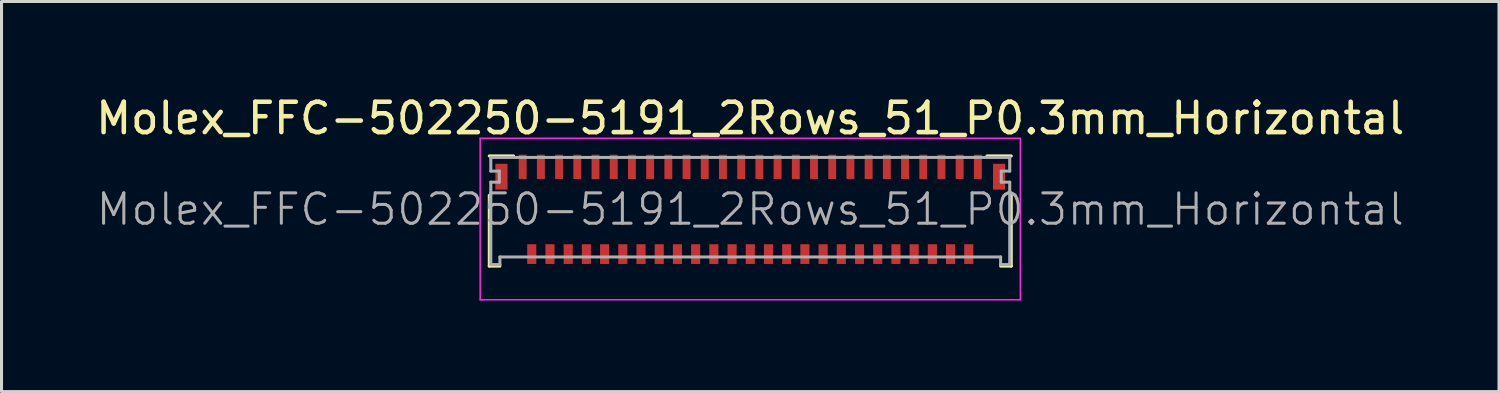
<source format=kicad_pcb>
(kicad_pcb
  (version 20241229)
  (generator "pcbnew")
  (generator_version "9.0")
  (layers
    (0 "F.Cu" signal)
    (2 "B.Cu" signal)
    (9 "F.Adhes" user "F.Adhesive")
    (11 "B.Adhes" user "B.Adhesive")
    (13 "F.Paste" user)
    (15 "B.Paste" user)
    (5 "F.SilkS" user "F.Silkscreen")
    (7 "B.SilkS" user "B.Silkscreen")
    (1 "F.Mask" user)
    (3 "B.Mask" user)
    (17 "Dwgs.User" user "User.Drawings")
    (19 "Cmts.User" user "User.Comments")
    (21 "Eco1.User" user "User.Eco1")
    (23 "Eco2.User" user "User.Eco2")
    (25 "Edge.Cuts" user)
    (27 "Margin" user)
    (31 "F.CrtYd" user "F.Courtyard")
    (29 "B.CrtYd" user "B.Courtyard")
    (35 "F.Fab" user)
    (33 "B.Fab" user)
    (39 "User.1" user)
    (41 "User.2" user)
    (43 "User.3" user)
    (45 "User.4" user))
  (footprint "Molex_FFC-502250-5191_2Rows_51_P0.3mm_Horizontal"
    (layer "F.Cu")
    (at 21.673 3.848)
    (property "Reference" "Molex_FFC-502250-5191_2Rows_51_P0.3mm_Horizontal" (at 0 -3 0) (layer "F.SilkS") (effects (font (size 1 1) (thickness 0.15))))
    (attr smd)
    (fp_line (start -8.6 -1.76) (end -7.8 -1.76) (stroke (width 0.1) (type solid)) (layer "F.SilkS"))
    (fp_line (start -8.6 -0.46) (end -8.6 1.87) (stroke (width 0.1) (type solid)) (layer "F.SilkS"))
    (fp_line (start -8.6 1.87) (end -8.25 1.87) (stroke (width 0.1) (type solid)) (layer "F.SilkS"))
    (fp_line (start 8.6 -1.76) (end 7.8 -1.76) (stroke (width 0.1) (type solid)) (layer "F.SilkS"))
    (fp_line (start 8.6 -0.46) (end 8.6 1.87) (stroke (width 0.1) (type solid)) (layer "F.SilkS"))
    (fp_line (start 8.6 1.87) (end 8.25 1.87) (stroke (width 0.1) (type solid)) (layer "F.SilkS"))
    (fp_line (start -8.9 -2.34) (end 8.9 -2.34) (stroke (width 0.05) (type solid)) (layer "F.CrtYd"))
    (fp_line (start -8.9 2.98) (end -8.9 -2.34) (stroke (width 0.05) (type solid)) (layer "F.CrtYd"))
    (fp_line (start 8.9 -2.34) (end 8.9 2.98) (stroke (width 0.05) (type solid)) (layer "F.CrtYd"))
    (fp_line (start 8.9 2.98) (end -8.9 2.98) (stroke (width 0.05) (type solid)) (layer "F.CrtYd"))
    (fp_line (start -8.55 -1.71) (end -8.55 -1.26) (stroke (width 0.1) (type solid)) (layer "F.Fab"))
    (fp_line (start -8.55 -1.26) (end -8.27 -1.26) (stroke (width 0.1) (type solid)) (layer "F.Fab"))
    (fp_line (start -8.55 -0.895) (end -8.55 1.82) (stroke (width 0.1) (type solid)) (layer "F.Fab"))
    (fp_line (start -8.55 1.82) (end -8.25 1.82) (stroke (width 0.1) (type solid)) (layer "F.Fab"))
    (fp_line (start -8.27 -1.26) (end -8.27 -0.895) (stroke (width 0.1) (type solid)) (layer "F.Fab"))
    (fp_line (start -8.27 -0.895) (end -8.55 -0.895) (stroke (width 0.1) (type solid)) (layer "F.Fab"))
    (fp_line (start -8.25 1.57) (end 8.25 1.57) (stroke (width 0.1) (type solid)) (layer "F.Fab"))
    (fp_line (start -8.25 1.82) (end -8.25 1.57) (stroke (width 0.1) (type solid)) (layer "F.Fab"))
    (fp_line (start 8.25 1.57) (end 8.25 1.82) (stroke (width 0.1) (type solid)) (layer "F.Fab"))
    (fp_line (start 8.25 1.82) (end 8.55 1.82) (stroke (width 0.1) (type solid)) (layer "F.Fab"))
    (fp_line (start 8.27 -1.26) (end 8.55 -1.26) (stroke (width 0.1) (type solid)) (layer "F.Fab"))
    (fp_line (start 8.27 -0.895) (end 8.27 -1.26) (stroke (width 0.1) (type solid)) (layer "F.Fab"))
    (fp_line (start 8.55 -1.71) (end -8.55 -1.71) (stroke (width 0.1) (type solid)) (layer "F.Fab"))
    (fp_line (start 8.55 -1.26) (end 8.55 -1.71) (stroke (width 0.1) (type solid)) (layer "F.Fab"))
    (fp_line (start 8.55 -0.895) (end 8.27 -0.895) (stroke (width 0.1) (type solid)) (layer "F.Fab"))
    (fp_line (start 8.55 1.82) (end 8.55 -0.895) (stroke (width 0.1) (type solid)) (layer "F.Fab"))
    (fp_text user "${REFERENCE}" (at 0 0 0) (layer "F.Fab") (effects (font (size 1 1) (thickness 0.1))))
    (pad "" smd rect (at -8.2 -1.075) (size 0.4 0.85) (layers "F.Cu" "F.Mask" "F.Paste"))
    (pad "" smd rect (at 8.2 -1.075) (size 0.4 0.85) (layers "F.Cu" "F.Mask" "F.Paste"))
    (pad "1" smd rect (at -7.5 -1.4) (size 0.26 0.8) (layers "F.Cu" "F.Mask" "F.Paste"))
    (pad "2" smd rect (at -7.2 1.475) (size 0.3 0.65) (layers "F.Cu" "F.Mask" "F.Paste"))
    (pad "3" smd rect (at -6.9 -1.4) (size 0.26 0.8) (layers "F.Cu" "F.Mask" "F.Paste"))
    (pad "4" smd rect (at -6.6 1.475) (size 0.3 0.65) (layers "F.Cu" "F.Mask" "F.Paste"))
    (pad "5" smd rect (at -6.3 -1.4) (size 0.26 0.8) (layers "F.Cu" "F.Mask" "F.Paste"))
    (pad "6" smd rect (at -6 1.475) (size 0.3 0.65) (layers "F.Cu" "F.Mask" "F.Paste"))
    (pad "7" smd rect (at -5.7 -1.4) (size 0.26 0.8) (layers "F.Cu" "F.Mask" "F.Paste"))
    (pad "8" smd rect (at -5.4 1.475) (size 0.3 0.65) (layers "F.Cu" "F.Mask" "F.Paste"))
    (pad "9" smd rect (at -5.1 -1.4) (size 0.26 0.8) (layers "F.Cu" "F.Mask" "F.Paste"))
    (pad "10" smd rect (at -4.8 1.475) (size 0.3 0.65) (layers "F.Cu" "F.Mask" "F.Paste"))
    (pad "11" smd rect (at -4.5 -1.4) (size 0.26 0.8) (layers "F.Cu" "F.Mask" "F.Paste"))
    (pad "12" smd rect (at -4.2 1.475) (size 0.3 0.65) (layers "F.Cu" "F.Mask" "F.Paste"))
    (pad "13" smd rect (at -3.9 -1.4) (size 0.26 0.8) (layers "F.Cu" "F.Mask" "F.Paste"))
    (pad "14" smd rect (at -3.6 1.475) (size 0.3 0.65) (layers "F.Cu" "F.Mask" "F.Paste"))
    (pad "15" smd rect (at -3.3 -1.4) (size 0.26 0.8) (layers "F.Cu" "F.Mask" "F.Paste"))
    (pad "16" smd rect (at -3 1.475) (size 0.3 0.65) (layers "F.Cu" "F.Mask" "F.Paste"))
    (pad "17" smd rect (at -2.7 -1.4) (size 0.26 0.8) (layers "F.Cu" "F.Mask" "F.Paste"))
    (pad "18" smd rect (at -2.4 1.475) (size 0.3 0.65) (layers "F.Cu" "F.Mask" "F.Paste"))
    (pad "19" smd rect (at -2.1 -1.4) (size 0.26 0.8) (layers "F.Cu" "F.Mask" "F.Paste"))
    (pad "20" smd rect (at -1.8 1.475) (size 0.3 0.65) (layers "F.Cu" "F.Mask" "F.Paste"))
    (pad "21" smd rect (at -1.5 -1.4) (size 0.26 0.8) (layers "F.Cu" "F.Mask" "F.Paste"))
    (pad "22" smd rect (at -1.2 1.475) (size 0.3 0.65) (layers "F.Cu" "F.Mask" "F.Paste"))
    (pad "23" smd rect (at -0.9 -1.4) (size 0.26 0.8) (layers "F.Cu" "F.Mask" "F.Paste"))
    (pad "24" smd rect (at -0.6 1.475) (size 0.3 0.65) (layers "F.Cu" "F.Mask" "F.Paste"))
    (pad "25" smd rect (at -0.3 -1.4) (size 0.26 0.8) (layers "F.Cu" "F.Mask" "F.Paste"))
    (pad "26" smd rect (at 0 1.475) (size 0.3 0.65) (layers "F.Cu" "F.Mask" "F.Paste"))
    (pad "27" smd rect (at 0.3 -1.4) (size 0.26 0.8) (layers "F.Cu" "F.Mask" "F.Paste"))
    (pad "28" smd rect (at 0.6 1.475) (size 0.3 0.65) (layers "F.Cu" "F.Mask" "F.Paste"))
    (pad "29" smd rect (at 0.9 -1.4) (size 0.26 0.8) (layers "F.Cu" "F.Mask" "F.Paste"))
    (pad "30" smd rect (at 1.2 1.475) (size 0.3 0.65) (layers "F.Cu" "F.Mask" "F.Paste"))
    (pad "31" smd rect (at 1.5 -1.4) (size 0.26 0.8) (layers "F.Cu" "F.Mask" "F.Paste"))
    (pad "32" smd rect (at 1.8 1.475) (size 0.3 0.65) (layers "F.Cu" "F.Mask" "F.Paste"))
    (pad "33" smd rect (at 2.1 -1.4) (size 0.26 0.8) (layers "F.Cu" "F.Mask" "F.Paste"))
    (pad "34" smd rect (at 2.4 1.475) (size 0.3 0.65) (layers "F.Cu" "F.Mask" "F.Paste"))
    (pad "35" smd rect (at 2.7 -1.4) (size 0.26 0.8) (layers "F.Cu" "F.Mask" "F.Paste"))
    (pad "36" smd rect (at 3 1.475) (size 0.3 0.65) (layers "F.Cu" "F.Mask" "F.Paste"))
    (pad "37" smd rect (at 3.3 -1.4) (size 0.26 0.8) (layers "F.Cu" "F.Mask" "F.Paste"))
    (pad "38" smd rect (at 3.6 1.475) (size 0.3 0.65) (layers "F.Cu" "F.Mask" "F.Paste"))
    (pad "39" smd rect (at 3.9 -1.4) (size 0.26 0.8) (layers "F.Cu" "F.Mask" "F.Paste"))
    (pad "40" smd rect (at 4.2 1.475) (size 0.3 0.65) (layers "F.Cu" "F.Mask" "F.Paste"))
    (pad "41" smd rect (at 4.5 -1.4) (size 0.26 0.8) (layers "F.Cu" "F.Mask" "F.Paste"))
    (pad "42" smd rect (at 4.8 1.475) (size 0.3 0.65) (layers "F.Cu" "F.Mask" "F.Paste"))
    (pad "43" smd rect (at 5.1 -1.4) (size 0.26 0.8) (layers "F.Cu" "F.Mask" "F.Paste"))
    (pad "44" smd rect (at 5.4 1.475) (size 0.3 0.65) (layers "F.Cu" "F.Mask" "F.Paste"))
    (pad "45" smd rect (at 5.7 -1.4) (size 0.26 0.8) (layers "F.Cu" "F.Mask" "F.Paste"))
    (pad "46" smd rect (at 6 1.475) (size 0.3 0.65) (layers "F.Cu" "F.Mask" "F.Paste"))
    (pad "47" smd rect (at 6.3 -1.4) (size 0.26 0.8) (layers "F.Cu" "F.Mask" "F.Paste"))
    (pad "48" smd rect (at 6.6 1.475) (size 0.3 0.65) (layers "F.Cu" "F.Mask" "F.Paste"))
    (pad "49" smd rect (at 6.9 -1.4) (size 0.26 0.8) (layers "F.Cu" "F.Mask" "F.Paste"))
    (pad "50" smd rect (at 7.2 1.475) (size 0.3 0.65) (layers "F.Cu" "F.Mask" "F.Paste"))
    (pad "51" smd rect (at 7.5 -1.4) (size 0.26 0.8) (layers "F.Cu" "F.Mask" "F.Paste")))
  (gr_rect
    (start -3 -3)
    (end 46.345 9.853)
    (stroke (width 0.1) (type default))
    (fill no)
    (layer "Edge.Cuts")))
</source>
